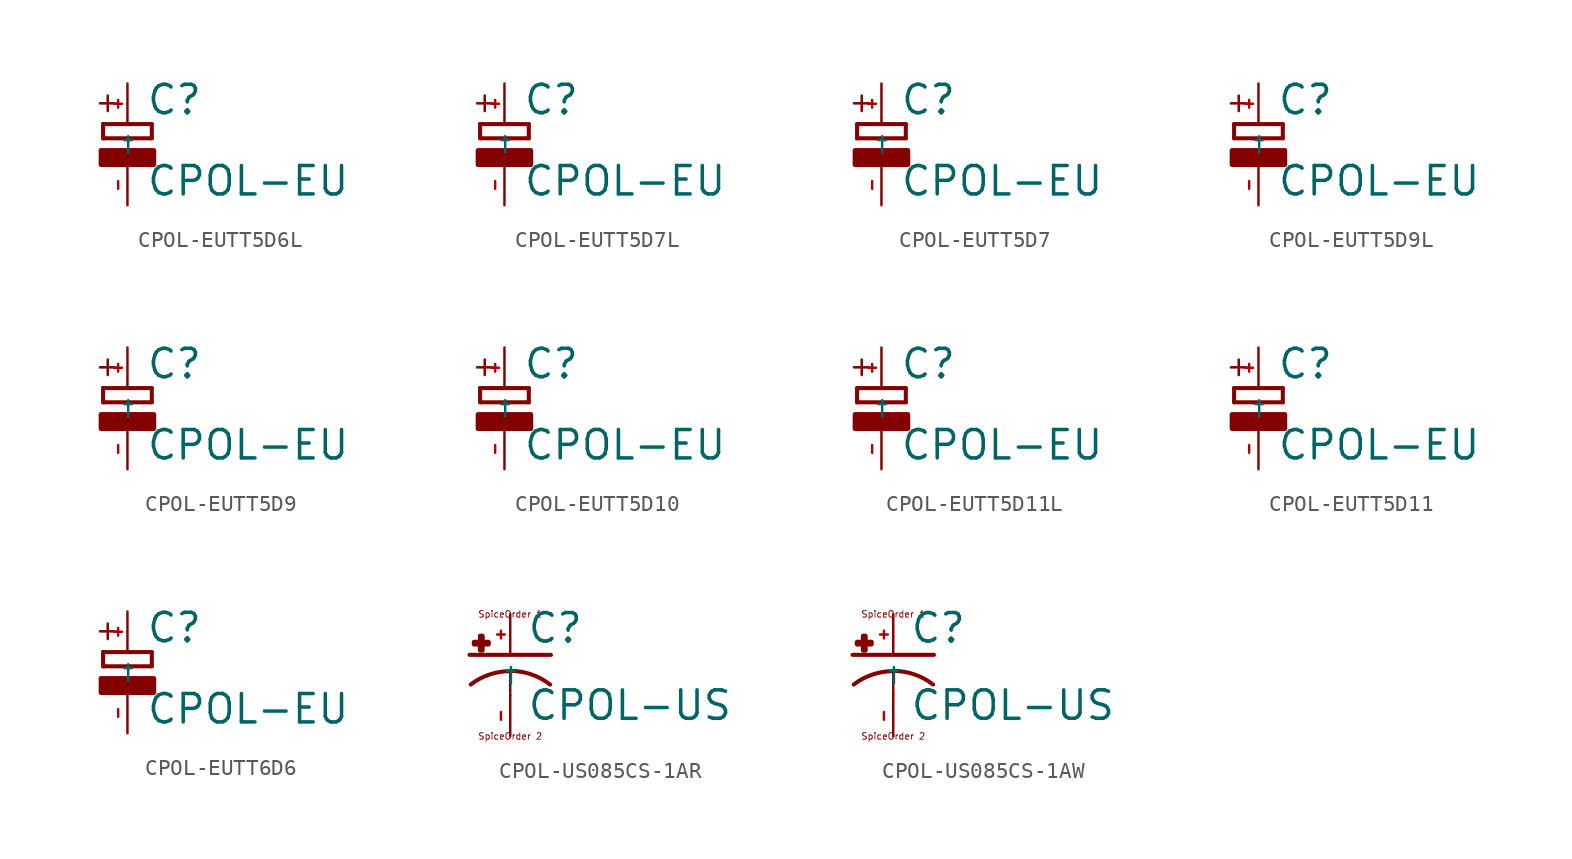
<source format=kicad_sym>
(kicad_symbol_lib
  (version 20220914)
  (generator Eagle2Kicad)
  (symbol "CPOL-EUTT5D6L"
    (property "Reference" "C"
      (at 1.143 0.483 0)
      (effects (font (size 1.778 1.778) (thickness 0.22)) (justify left bottom)))
    (property "Value" "CPOL-EU"
      (at 1.143 -4.597 0)
      (effects (font (size 1.778 1.778) (thickness 0.22)) (justify left bottom)))
    (polyline
      (pts (xy -1.524 -0.889) (xy 1.524 -0.889))
      (stroke (width 0.254) (type default))
      (fill (type none)))
    (polyline
      (pts (xy 1.524 -0.889) (xy 1.524 0))
      (stroke (width 0.254) (type default))
      (fill (type none)))
    (polyline
      (pts (xy -1.524 0) (xy -1.524 -0.889))
      (stroke (width 0.254) (type default))
      (fill (type none)))
    (polyline
      (pts (xy -1.524 0) (xy 1.524 0))
      (stroke (width 0.254) (type default))
      (fill (type none)))
    (text "+"
      (at -0.584 0.406 900)
      (effects (font (size 1.27 1.27) (thickness 0.16)) (justify left bottom)))
    (rectangle
      (start -1.651 -2.54)
      (end 1.651 -1.651)
      (stroke (width 0.3) (type default))
      (fill (type outline)))
    (pin passive line
      (at 0 -5.08 90)
      (length 2.54)
      (name "-" (effects (font (size 0.635 0.635) (thickness 0.08)) (justify left bottom)))
      (number "-" (effects (font (size 0.635 0.635) (thickness 0.08)) (justify left bottom))))
    (pin passive line
      (at 0 2.54 270)
      (length 2.54)
      (name "+" (effects (font (size 0.635 0.635) (thickness 0.08)) (justify left bottom)))
      (number "+" (effects (font (size 0.635 0.635) (thickness 0.08)) (justify left bottom)))))
  (symbol "CPOL-EUTT5D7L"
    (property "Reference" "C"
      (at 1.143 0.483 0)
      (effects (font (size 1.778 1.778) (thickness 0.22)) (justify left bottom)))
    (property "Value" "CPOL-EU"
      (at 1.143 -4.597 0)
      (effects (font (size 1.778 1.778) (thickness 0.22)) (justify left bottom)))
    (polyline
      (pts (xy -1.524 -0.889) (xy 1.524 -0.889))
      (stroke (width 0.254) (type default))
      (fill (type none)))
    (polyline
      (pts (xy 1.524 -0.889) (xy 1.524 0))
      (stroke (width 0.254) (type default))
      (fill (type none)))
    (polyline
      (pts (xy -1.524 0) (xy -1.524 -0.889))
      (stroke (width 0.254) (type default))
      (fill (type none)))
    (polyline
      (pts (xy -1.524 0) (xy 1.524 0))
      (stroke (width 0.254) (type default))
      (fill (type none)))
    (text "+"
      (at -0.584 0.406 900)
      (effects (font (size 1.27 1.27) (thickness 0.16)) (justify left bottom)))
    (rectangle
      (start -1.651 -2.54)
      (end 1.651 -1.651)
      (stroke (width 0.3) (type default))
      (fill (type outline)))
    (pin passive line
      (at 0 -5.08 90)
      (length 2.54)
      (name "-" (effects (font (size 0.635 0.635) (thickness 0.08)) (justify left bottom)))
      (number "-" (effects (font (size 0.635 0.635) (thickness 0.08)) (justify left bottom))))
    (pin passive line
      (at 0 2.54 270)
      (length 2.54)
      (name "+" (effects (font (size 0.635 0.635) (thickness 0.08)) (justify left bottom)))
      (number "+" (effects (font (size 0.635 0.635) (thickness 0.08)) (justify left bottom)))))
  (symbol "CPOL-EUTT5D7"
    (property "Reference" "C"
      (at 1.143 0.483 0)
      (effects (font (size 1.778 1.778) (thickness 0.22)) (justify left bottom)))
    (property "Value" "CPOL-EU"
      (at 1.143 -4.597 0)
      (effects (font (size 1.778 1.778) (thickness 0.22)) (justify left bottom)))
    (polyline
      (pts (xy -1.524 -0.889) (xy 1.524 -0.889))
      (stroke (width 0.254) (type default))
      (fill (type none)))
    (polyline
      (pts (xy 1.524 -0.889) (xy 1.524 0))
      (stroke (width 0.254) (type default))
      (fill (type none)))
    (polyline
      (pts (xy -1.524 0) (xy -1.524 -0.889))
      (stroke (width 0.254) (type default))
      (fill (type none)))
    (polyline
      (pts (xy -1.524 0) (xy 1.524 0))
      (stroke (width 0.254) (type default))
      (fill (type none)))
    (text "+"
      (at -0.584 0.406 900)
      (effects (font (size 1.27 1.27) (thickness 0.16)) (justify left bottom)))
    (rectangle
      (start -1.651 -2.54)
      (end 1.651 -1.651)
      (stroke (width 0.3) (type default))
      (fill (type outline)))
    (pin passive line
      (at 0 -5.08 90)
      (length 2.54)
      (name "-" (effects (font (size 0.635 0.635) (thickness 0.08)) (justify left bottom)))
      (number "-" (effects (font (size 0.635 0.635) (thickness 0.08)) (justify left bottom))))
    (pin passive line
      (at 0 2.54 270)
      (length 2.54)
      (name "+" (effects (font (size 0.635 0.635) (thickness 0.08)) (justify left bottom)))
      (number "+" (effects (font (size 0.635 0.635) (thickness 0.08)) (justify left bottom)))))
  (symbol "CPOL-EUTT5D9L"
    (property "Reference" "C"
      (at 1.143 0.483 0)
      (effects (font (size 1.778 1.778) (thickness 0.22)) (justify left bottom)))
    (property "Value" "CPOL-EU"
      (at 1.143 -4.597 0)
      (effects (font (size 1.778 1.778) (thickness 0.22)) (justify left bottom)))
    (polyline
      (pts (xy -1.524 -0.889) (xy 1.524 -0.889))
      (stroke (width 0.254) (type default))
      (fill (type none)))
    (polyline
      (pts (xy 1.524 -0.889) (xy 1.524 0))
      (stroke (width 0.254) (type default))
      (fill (type none)))
    (polyline
      (pts (xy -1.524 0) (xy -1.524 -0.889))
      (stroke (width 0.254) (type default))
      (fill (type none)))
    (polyline
      (pts (xy -1.524 0) (xy 1.524 0))
      (stroke (width 0.254) (type default))
      (fill (type none)))
    (text "+"
      (at -0.584 0.406 900)
      (effects (font (size 1.27 1.27) (thickness 0.16)) (justify left bottom)))
    (rectangle
      (start -1.651 -2.54)
      (end 1.651 -1.651)
      (stroke (width 0.3) (type default))
      (fill (type outline)))
    (pin passive line
      (at 0 -5.08 90)
      (length 2.54)
      (name "-" (effects (font (size 0.635 0.635) (thickness 0.08)) (justify left bottom)))
      (number "-" (effects (font (size 0.635 0.635) (thickness 0.08)) (justify left bottom))))
    (pin passive line
      (at 0 2.54 270)
      (length 2.54)
      (name "+" (effects (font (size 0.635 0.635) (thickness 0.08)) (justify left bottom)))
      (number "+" (effects (font (size 0.635 0.635) (thickness 0.08)) (justify left bottom)))))
  (symbol "CPOL-EUTT5D9"
    (property "Reference" "C"
      (at 1.143 0.483 0)
      (effects (font (size 1.778 1.778) (thickness 0.22)) (justify left bottom)))
    (property "Value" "CPOL-EU"
      (at 1.143 -4.597 0)
      (effects (font (size 1.778 1.778) (thickness 0.22)) (justify left bottom)))
    (polyline
      (pts (xy -1.524 -0.889) (xy 1.524 -0.889))
      (stroke (width 0.254) (type default))
      (fill (type none)))
    (polyline
      (pts (xy 1.524 -0.889) (xy 1.524 0))
      (stroke (width 0.254) (type default))
      (fill (type none)))
    (polyline
      (pts (xy -1.524 0) (xy -1.524 -0.889))
      (stroke (width 0.254) (type default))
      (fill (type none)))
    (polyline
      (pts (xy -1.524 0) (xy 1.524 0))
      (stroke (width 0.254) (type default))
      (fill (type none)))
    (text "+"
      (at -0.584 0.406 900)
      (effects (font (size 1.27 1.27) (thickness 0.16)) (justify left bottom)))
    (rectangle
      (start -1.651 -2.54)
      (end 1.651 -1.651)
      (stroke (width 0.3) (type default))
      (fill (type outline)))
    (pin passive line
      (at 0 -5.08 90)
      (length 2.54)
      (name "-" (effects (font (size 0.635 0.635) (thickness 0.08)) (justify left bottom)))
      (number "-" (effects (font (size 0.635 0.635) (thickness 0.08)) (justify left bottom))))
    (pin passive line
      (at 0 2.54 270)
      (length 2.54)
      (name "+" (effects (font (size 0.635 0.635) (thickness 0.08)) (justify left bottom)))
      (number "+" (effects (font (size 0.635 0.635) (thickness 0.08)) (justify left bottom)))))
  (symbol "CPOL-EUTT5D10"
    (property "Reference" "C"
      (at 1.143 0.483 0)
      (effects (font (size 1.778 1.778) (thickness 0.22)) (justify left bottom)))
    (property "Value" "CPOL-EU"
      (at 1.143 -4.597 0)
      (effects (font (size 1.778 1.778) (thickness 0.22)) (justify left bottom)))
    (polyline
      (pts (xy -1.524 -0.889) (xy 1.524 -0.889))
      (stroke (width 0.254) (type default))
      (fill (type none)))
    (polyline
      (pts (xy 1.524 -0.889) (xy 1.524 0))
      (stroke (width 0.254) (type default))
      (fill (type none)))
    (polyline
      (pts (xy -1.524 0) (xy -1.524 -0.889))
      (stroke (width 0.254) (type default))
      (fill (type none)))
    (polyline
      (pts (xy -1.524 0) (xy 1.524 0))
      (stroke (width 0.254) (type default))
      (fill (type none)))
    (text "+"
      (at -0.584 0.406 900)
      (effects (font (size 1.27 1.27) (thickness 0.16)) (justify left bottom)))
    (rectangle
      (start -1.651 -2.54)
      (end 1.651 -1.651)
      (stroke (width 0.3) (type default))
      (fill (type outline)))
    (pin passive line
      (at 0 -5.08 90)
      (length 2.54)
      (name "-" (effects (font (size 0.635 0.635) (thickness 0.08)) (justify left bottom)))
      (number "-" (effects (font (size 0.635 0.635) (thickness 0.08)) (justify left bottom))))
    (pin passive line
      (at 0 2.54 270)
      (length 2.54)
      (name "+" (effects (font (size 0.635 0.635) (thickness 0.08)) (justify left bottom)))
      (number "+" (effects (font (size 0.635 0.635) (thickness 0.08)) (justify left bottom)))))
  (symbol "CPOL-EUTT5D11L"
    (property "Reference" "C"
      (at 1.143 0.483 0)
      (effects (font (size 1.778 1.778) (thickness 0.22)) (justify left bottom)))
    (property "Value" "CPOL-EU"
      (at 1.143 -4.597 0)
      (effects (font (size 1.778 1.778) (thickness 0.22)) (justify left bottom)))
    (polyline
      (pts (xy -1.524 -0.889) (xy 1.524 -0.889))
      (stroke (width 0.254) (type default))
      (fill (type none)))
    (polyline
      (pts (xy 1.524 -0.889) (xy 1.524 0))
      (stroke (width 0.254) (type default))
      (fill (type none)))
    (polyline
      (pts (xy -1.524 0) (xy -1.524 -0.889))
      (stroke (width 0.254) (type default))
      (fill (type none)))
    (polyline
      (pts (xy -1.524 0) (xy 1.524 0))
      (stroke (width 0.254) (type default))
      (fill (type none)))
    (text "+"
      (at -0.584 0.406 900)
      (effects (font (size 1.27 1.27) (thickness 0.16)) (justify left bottom)))
    (rectangle
      (start -1.651 -2.54)
      (end 1.651 -1.651)
      (stroke (width 0.3) (type default))
      (fill (type outline)))
    (pin passive line
      (at 0 -5.08 90)
      (length 2.54)
      (name "-" (effects (font (size 0.635 0.635) (thickness 0.08)) (justify left bottom)))
      (number "-" (effects (font (size 0.635 0.635) (thickness 0.08)) (justify left bottom))))
    (pin passive line
      (at 0 2.54 270)
      (length 2.54)
      (name "+" (effects (font (size 0.635 0.635) (thickness 0.08)) (justify left bottom)))
      (number "+" (effects (font (size 0.635 0.635) (thickness 0.08)) (justify left bottom)))))
  (symbol "CPOL-EUTT5D11"
    (property "Reference" "C"
      (at 1.143 0.483 0)
      (effects (font (size 1.778 1.778) (thickness 0.22)) (justify left bottom)))
    (property "Value" "CPOL-EU"
      (at 1.143 -4.597 0)
      (effects (font (size 1.778 1.778) (thickness 0.22)) (justify left bottom)))
    (polyline
      (pts (xy -1.524 -0.889) (xy 1.524 -0.889))
      (stroke (width 0.254) (type default))
      (fill (type none)))
    (polyline
      (pts (xy 1.524 -0.889) (xy 1.524 0))
      (stroke (width 0.254) (type default))
      (fill (type none)))
    (polyline
      (pts (xy -1.524 0) (xy -1.524 -0.889))
      (stroke (width 0.254) (type default))
      (fill (type none)))
    (polyline
      (pts (xy -1.524 0) (xy 1.524 0))
      (stroke (width 0.254) (type default))
      (fill (type none)))
    (text "+"
      (at -0.584 0.406 900)
      (effects (font (size 1.27 1.27) (thickness 0.16)) (justify left bottom)))
    (rectangle
      (start -1.651 -2.54)
      (end 1.651 -1.651)
      (stroke (width 0.3) (type default))
      (fill (type outline)))
    (pin passive line
      (at 0 -5.08 90)
      (length 2.54)
      (name "-" (effects (font (size 0.635 0.635) (thickness 0.08)) (justify left bottom)))
      (number "-" (effects (font (size 0.635 0.635) (thickness 0.08)) (justify left bottom))))
    (pin passive line
      (at 0 2.54 270)
      (length 2.54)
      (name "+" (effects (font (size 0.635 0.635) (thickness 0.08)) (justify left bottom)))
      (number "+" (effects (font (size 0.635 0.635) (thickness 0.08)) (justify left bottom)))))
  (symbol "CPOL-EUTT6D6"
    (property "Reference" "C"
      (at 1.143 0.483 0)
      (effects (font (size 1.778 1.778) (thickness 0.22)) (justify left bottom)))
    (property "Value" "CPOL-EU"
      (at 1.143 -4.597 0)
      (effects (font (size 1.778 1.778) (thickness 0.22)) (justify left bottom)))
    (polyline
      (pts (xy -1.524 -0.889) (xy 1.524 -0.889))
      (stroke (width 0.254) (type default))
      (fill (type none)))
    (polyline
      (pts (xy 1.524 -0.889) (xy 1.524 0))
      (stroke (width 0.254) (type default))
      (fill (type none)))
    (polyline
      (pts (xy -1.524 0) (xy -1.524 -0.889))
      (stroke (width 0.254) (type default))
      (fill (type none)))
    (polyline
      (pts (xy -1.524 0) (xy 1.524 0))
      (stroke (width 0.254) (type default))
      (fill (type none)))
    (text "+"
      (at -0.584 0.406 900)
      (effects (font (size 1.27 1.27) (thickness 0.16)) (justify left bottom)))
    (rectangle
      (start -1.651 -2.54)
      (end 1.651 -1.651)
      (stroke (width 0.3) (type default))
      (fill (type outline)))
    (pin passive line
      (at 0 -5.08 90)
      (length 2.54)
      (name "-" (effects (font (size 0.635 0.635) (thickness 0.08)) (justify left bottom)))
      (number "-" (effects (font (size 0.635 0.635) (thickness 0.08)) (justify left bottom))))
    (pin passive line
      (at 0 2.54 270)
      (length 2.54)
      (name "+" (effects (font (size 0.635 0.635) (thickness 0.08)) (justify left bottom)))
      (number "+" (effects (font (size 0.635 0.635) (thickness 0.08)) (justify left bottom)))))
  (symbol "CPOL-US085CS-1AR"
    (property "Reference" "C"
      (at 1.016 0.635 0)
      (effects (font (size 1.778 1.778) (thickness 0.22)) (justify left bottom)))
    (property "Value" "CPOL-US"
      (at 1.016 -4.191 0)
      (effects (font (size 1.778 1.778) (thickness 0.22)) (justify left bottom)))
    (polyline
      (pts (xy -2.54 0) (xy 2.54 0))
      (stroke (width 0.254) (type default))
      (fill (type none)))
    (polyline
      (pts (xy 0 -1.016) (xy 0 -2.54))
      (stroke (width 0.152) (type default))
      (fill (type none)))
    (arc
      (start 2.4892 -1.8542)
      (mid 1.316 -1.220)
      (end 0 -1)
      (stroke (width 0.254) (type default))
      (fill (type none)))
    (arc
      (start 0 -1.0161)
      (mid -1.302 -1.230)
      (end -2.4669 -1.8504)
      (stroke (width 0.254) (type default))
      (fill (type none)))
    (text "SpiceOrder 1"
      (at 0 2.54 0)
      (effects (font (size 0.406 0.406) (thickness 0.05))))
    (text "SpiceOrder 2"
      (at 0 -5.08 0)
      (effects (font (size 0.406 0.406) (thickness 0.05))))
    (rectangle
      (start -2.253 0.668)
      (end -1.364 0.795)
      (stroke (width 0.3) (type default))
      (fill (type outline)))
    (rectangle
      (start -1.872 0.287)
      (end -1.745 1.176)
      (stroke (width 0.3) (type default))
      (fill (type outline)))
    (pin passive line
      (at 0 2.54 270)
      (length 2.54)
      (name "+" (effects (font (size 0.635 0.635) (thickness 0.08)) (justify left bottom)))
      (number "+" (effects (font (size 0.635 0.635) (thickness 0.08)) (justify left bottom))))
    (pin passive line
      (at 0 -5.08 90)
      (length 2.54)
      (name "-" (effects (font (size 0.635 0.635) (thickness 0.08)) (justify left bottom)))
      (number "-" (effects (font (size 0.635 0.635) (thickness 0.08)) (justify left bottom)))))
  (symbol "CPOL-US085CS-1AW"
    (property "Reference" "C"
      (at 1.016 0.635 0)
      (effects (font (size 1.778 1.778) (thickness 0.22)) (justify left bottom)))
    (property "Value" "CPOL-US"
      (at 1.016 -4.191 0)
      (effects (font (size 1.778 1.778) (thickness 0.22)) (justify left bottom)))
    (polyline
      (pts (xy -2.54 0) (xy 2.54 0))
      (stroke (width 0.254) (type default))
      (fill (type none)))
    (polyline
      (pts (xy 0 -1.016) (xy 0 -2.54))
      (stroke (width 0.152) (type default))
      (fill (type none)))
    (arc
      (start 2.4892 -1.8542)
      (mid 1.316 -1.220)
      (end 0 -1)
      (stroke (width 0.254) (type default))
      (fill (type none)))
    (arc
      (start 0 -1.0161)
      (mid -1.302 -1.230)
      (end -2.4669 -1.8504)
      (stroke (width 0.254) (type default))
      (fill (type none)))
    (text "SpiceOrder 1"
      (at 0 2.54 0)
      (effects (font (size 0.406 0.406) (thickness 0.05))))
    (text "SpiceOrder 2"
      (at 0 -5.08 0)
      (effects (font (size 0.406 0.406) (thickness 0.05))))
    (rectangle
      (start -2.253 0.668)
      (end -1.364 0.795)
      (stroke (width 0.3) (type default))
      (fill (type outline)))
    (rectangle
      (start -1.872 0.287)
      (end -1.745 1.176)
      (stroke (width 0.3) (type default))
      (fill (type outline)))
    (pin passive line
      (at 0 2.54 270)
      (length 2.54)
      (name "+" (effects (font (size 0.635 0.635) (thickness 0.08)) (justify left bottom)))
      (number "+" (effects (font (size 0.635 0.635) (thickness 0.08)) (justify left bottom))))
    (pin passive line
      (at 0 -5.08 90)
      (length 2.54)
      (name "-" (effects (font (size 0.635 0.635) (thickness 0.08)) (justify left bottom)))
      (number "-" (effects (font (size 0.635 0.635) (thickness 0.08)) (justify left bottom))))))
</source>
